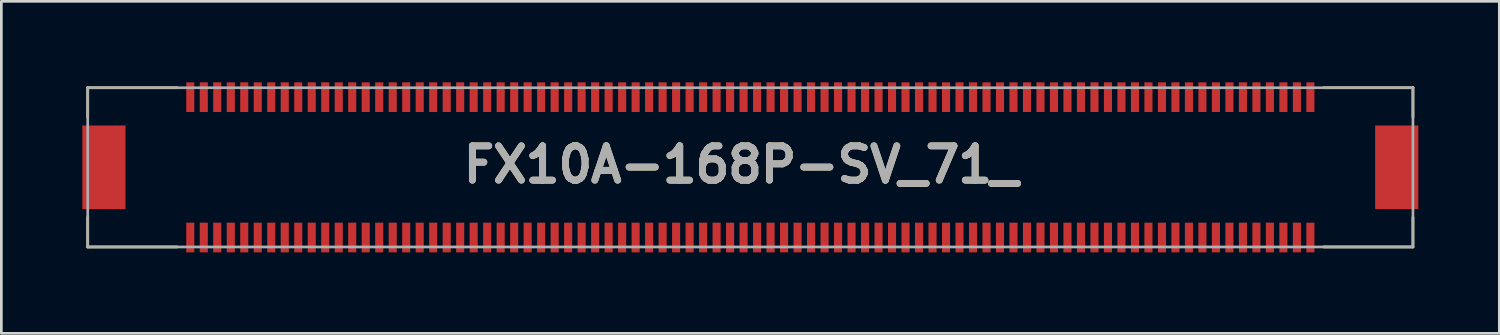
<source format=kicad_pcb>
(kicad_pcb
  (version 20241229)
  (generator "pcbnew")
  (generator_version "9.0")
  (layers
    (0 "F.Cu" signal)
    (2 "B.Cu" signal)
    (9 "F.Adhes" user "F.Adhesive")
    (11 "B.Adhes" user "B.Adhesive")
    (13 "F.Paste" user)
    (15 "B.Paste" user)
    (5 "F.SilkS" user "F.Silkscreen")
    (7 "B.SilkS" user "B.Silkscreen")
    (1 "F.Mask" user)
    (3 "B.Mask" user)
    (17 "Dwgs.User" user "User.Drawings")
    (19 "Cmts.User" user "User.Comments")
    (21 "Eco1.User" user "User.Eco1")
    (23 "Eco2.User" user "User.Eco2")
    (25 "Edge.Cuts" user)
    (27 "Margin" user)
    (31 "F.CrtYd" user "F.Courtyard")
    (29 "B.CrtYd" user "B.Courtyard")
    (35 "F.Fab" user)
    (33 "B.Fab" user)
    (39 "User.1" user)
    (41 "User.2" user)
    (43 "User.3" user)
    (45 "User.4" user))
  (footprint "FX10A-168P-SV_71_"
    (layer "F.Cu")
    (at 24.75 3.15)
    (property "Reference" "FX10A-168P-SV_71_" (at -0.349 -0.1 0) (layer "F.SilkS") (effects (font (size 1.27 1.27) (thickness 0.254))))
    (attr through_hole)
    (fp_line (start -24.55 -2.95) (end -24.55 -1.848) (stroke (width 0.1) (type solid)) (layer "F.SilkS"))
    (fp_line (start -24.55 -2.95) (end -21.243 -2.95) (stroke (width 0.1) (type solid)) (layer "F.SilkS"))
    (fp_line (start -24.55 2.95) (end -24.55 1.848) (stroke (width 0.1) (type solid)) (layer "F.SilkS"))
    (fp_line (start -24.55 2.95) (end -21.243 2.95) (stroke (width 0.1) (type solid)) (layer "F.SilkS"))
    (fp_line (start 24.55 -2.95) (end 21.243 -2.95) (stroke (width 0.1) (type solid)) (layer "F.SilkS"))
    (fp_line (start 24.55 -2.95) (end 24.55 -1.848) (stroke (width 0.1) (type solid)) (layer "F.SilkS"))
    (fp_line (start 24.55 2.95) (end 21.243 2.95) (stroke (width 0.1) (type solid)) (layer "F.SilkS"))
    (fp_line (start 24.55 2.95) (end 24.55 1.848) (stroke (width 0.1) (type solid)) (layer "F.SilkS"))
    (fp_line (start -24.55 -2.95) (end 24.55 -2.95) (stroke (width 0.1) (type solid)) (layer "F.Fab"))
    (fp_line (start -24.55 2.95) (end -24.55 -2.95) (stroke (width 0.1) (type solid)) (layer "F.Fab"))
    (fp_line (start 24.55 -2.95) (end 24.55 2.95) (stroke (width 0.1) (type solid)) (layer "F.Fab"))
    (fp_line (start 24.55 2.95) (end -24.55 2.95) (stroke (width 0.1) (type solid)) (layer "F.Fab"))
    (fp_text user "${REFERENCE}" (at -0.349 -0.1 0) (layer "F.Fab") (effects (font (size 1.27 1.27) (thickness 0.254))))
    (pad "" np_thru_hole circle (at -22.2 0) (size 0.001 0.001) (drill 1.15) (layers "*.Cu" "*.Mask"))
    (pad "" np_thru_hole circle (at 22.2 0) (size 0.001 0.001) (drill 1.25) (layers "*.Cu" "*.Mask"))
    (pad "1" smd rect (at -20.75 2.6) (size 0.3 1.1) (layers "F.Cu" "F.Mask" "F.Paste"))
    (pad "2" smd rect (at -20.75 -2.6) (size 0.3 1.1) (layers "F.Cu" "F.Mask" "F.Paste"))
    (pad "3" smd rect (at -20.25 2.6) (size 0.3 1.1) (layers "F.Cu" "F.Mask" "F.Paste"))
    (pad "4" smd rect (at -20.25 -2.6) (size 0.3 1.1) (layers "F.Cu" "F.Mask" "F.Paste"))
    (pad "5" smd rect (at -19.75 2.6) (size 0.3 1.1) (layers "F.Cu" "F.Mask" "F.Paste"))
    (pad "6" smd rect (at -19.75 -2.6) (size 0.3 1.1) (layers "F.Cu" "F.Mask" "F.Paste"))
    (pad "7" smd rect (at -19.25 2.6) (size 0.3 1.1) (layers "F.Cu" "F.Mask" "F.Paste"))
    (pad "8" smd rect (at -19.25 -2.6) (size 0.3 1.1) (layers "F.Cu" "F.Mask" "F.Paste"))
    (pad "9" smd rect (at -18.75 2.6) (size 0.3 1.1) (layers "F.Cu" "F.Mask" "F.Paste"))
    (pad "10" smd rect (at -18.75 -2.6) (size 0.3 1.1) (layers "F.Cu" "F.Mask" "F.Paste"))
    (pad "11" smd rect (at -18.25 2.6) (size 0.3 1.1) (layers "F.Cu" "F.Mask" "F.Paste"))
    (pad "12" smd rect (at -18.25 -2.6) (size 0.3 1.1) (layers "F.Cu" "F.Mask" "F.Paste"))
    (pad "13" smd rect (at -17.75 2.6) (size 0.3 1.1) (layers "F.Cu" "F.Mask" "F.Paste"))
    (pad "14" smd rect (at -17.75 -2.6) (size 0.3 1.1) (layers "F.Cu" "F.Mask" "F.Paste"))
    (pad "15" smd rect (at -17.25 2.6) (size 0.3 1.1) (layers "F.Cu" "F.Mask" "F.Paste"))
    (pad "16" smd rect (at -17.25 -2.6) (size 0.3 1.1) (layers "F.Cu" "F.Mask" "F.Paste"))
    (pad "17" smd rect (at -16.75 2.6) (size 0.3 1.1) (layers "F.Cu" "F.Mask" "F.Paste"))
    (pad "18" smd rect (at -16.75 -2.6) (size 0.3 1.1) (layers "F.Cu" "F.Mask" "F.Paste"))
    (pad "19" smd rect (at -16.25 2.6) (size 0.3 1.1) (layers "F.Cu" "F.Mask" "F.Paste"))
    (pad "20" smd rect (at -16.25 -2.6) (size 0.3 1.1) (layers "F.Cu" "F.Mask" "F.Paste"))
    (pad "21" smd rect (at -15.75 2.6) (size 0.3 1.1) (layers "F.Cu" "F.Mask" "F.Paste"))
    (pad "22" smd rect (at -15.75 -2.6) (size 0.3 1.1) (layers "F.Cu" "F.Mask" "F.Paste"))
    (pad "23" smd rect (at -15.25 2.6) (size 0.3 1.1) (layers "F.Cu" "F.Mask" "F.Paste"))
    (pad "24" smd rect (at -15.25 -2.6) (size 0.3 1.1) (layers "F.Cu" "F.Mask" "F.Paste"))
    (pad "25" smd rect (at -14.75 2.6) (size 0.3 1.1) (layers "F.Cu" "F.Mask" "F.Paste"))
    (pad "26" smd rect (at -14.75 -2.6) (size 0.3 1.1) (layers "F.Cu" "F.Mask" "F.Paste"))
    (pad "27" smd rect (at -14.25 2.6) (size 0.3 1.1) (layers "F.Cu" "F.Mask" "F.Paste"))
    (pad "28" smd rect (at -14.25 -2.6) (size 0.3 1.1) (layers "F.Cu" "F.Mask" "F.Paste"))
    (pad "29" smd rect (at -13.75 2.6) (size 0.3 1.1) (layers "F.Cu" "F.Mask" "F.Paste"))
    (pad "30" smd rect (at -13.75 -2.6) (size 0.3 1.1) (layers "F.Cu" "F.Mask" "F.Paste"))
    (pad "31" smd rect (at -13.25 2.6) (size 0.3 1.1) (layers "F.Cu" "F.Mask" "F.Paste"))
    (pad "32" smd rect (at -13.25 -2.6) (size 0.3 1.1) (layers "F.Cu" "F.Mask" "F.Paste"))
    (pad "33" smd rect (at -12.75 2.6) (size 0.3 1.1) (layers "F.Cu" "F.Mask" "F.Paste"))
    (pad "34" smd rect (at -12.75 -2.6) (size 0.3 1.1) (layers "F.Cu" "F.Mask" "F.Paste"))
    (pad "35" smd rect (at -12.25 2.6) (size 0.3 1.1) (layers "F.Cu" "F.Mask" "F.Paste"))
    (pad "36" smd rect (at -12.25 -2.6) (size 0.3 1.1) (layers "F.Cu" "F.Mask" "F.Paste"))
    (pad "37" smd rect (at -11.75 2.6) (size 0.3 1.1) (layers "F.Cu" "F.Mask" "F.Paste"))
    (pad "38" smd rect (at -11.75 -2.6) (size 0.3 1.1) (layers "F.Cu" "F.Mask" "F.Paste"))
    (pad "39" smd rect (at -11.25 2.6) (size 0.3 1.1) (layers "F.Cu" "F.Mask" "F.Paste"))
    (pad "40" smd rect (at -11.25 -2.6) (size 0.3 1.1) (layers "F.Cu" "F.Mask" "F.Paste"))
    (pad "41" smd rect (at -10.75 2.6) (size 0.3 1.1) (layers "F.Cu" "F.Mask" "F.Paste"))
    (pad "42" smd rect (at -10.75 -2.6) (size 0.3 1.1) (layers "F.Cu" "F.Mask" "F.Paste"))
    (pad "43" smd rect (at -10.25 2.6) (size 0.3 1.1) (layers "F.Cu" "F.Mask" "F.Paste"))
    (pad "44" smd rect (at -10.25 -2.6) (size 0.3 1.1) (layers "F.Cu" "F.Mask" "F.Paste"))
    (pad "45" smd rect (at -9.75 2.6) (size 0.3 1.1) (layers "F.Cu" "F.Mask" "F.Paste"))
    (pad "46" smd rect (at -9.75 -2.6) (size 0.3 1.1) (layers "F.Cu" "F.Mask" "F.Paste"))
    (pad "47" smd rect (at -9.25 2.6) (size 0.3 1.1) (layers "F.Cu" "F.Mask" "F.Paste"))
    (pad "48" smd rect (at -9.25 -2.6) (size 0.3 1.1) (layers "F.Cu" "F.Mask" "F.Paste"))
    (pad "49" smd rect (at -8.75 2.6) (size 0.3 1.1) (layers "F.Cu" "F.Mask" "F.Paste"))
    (pad "50" smd rect (at -8.75 -2.6) (size 0.3 1.1) (layers "F.Cu" "F.Mask" "F.Paste"))
    (pad "51" smd rect (at -8.25 2.6) (size 0.3 1.1) (layers "F.Cu" "F.Mask" "F.Paste"))
    (pad "52" smd rect (at -8.25 -2.6) (size 0.3 1.1) (layers "F.Cu" "F.Mask" "F.Paste"))
    (pad "53" smd rect (at -7.75 2.6) (size 0.3 1.1) (layers "F.Cu" "F.Mask" "F.Paste"))
    (pad "54" smd rect (at -7.75 -2.6) (size 0.3 1.1) (layers "F.Cu" "F.Mask" "F.Paste"))
    (pad "55" smd rect (at -7.25 2.6) (size 0.3 1.1) (layers "F.Cu" "F.Mask" "F.Paste"))
    (pad "56" smd rect (at -7.25 -2.6) (size 0.3 1.1) (layers "F.Cu" "F.Mask" "F.Paste"))
    (pad "57" smd rect (at -6.75 2.6) (size 0.3 1.1) (layers "F.Cu" "F.Mask" "F.Paste"))
    (pad "58" smd rect (at -6.75 -2.6) (size 0.3 1.1) (layers "F.Cu" "F.Mask" "F.Paste"))
    (pad "59" smd rect (at -6.25 2.6) (size 0.3 1.1) (layers "F.Cu" "F.Mask" "F.Paste"))
    (pad "60" smd rect (at -6.25 -2.6) (size 0.3 1.1) (layers "F.Cu" "F.Mask" "F.Paste"))
    (pad "61" smd rect (at -5.75 2.6) (size 0.3 1.1) (layers "F.Cu" "F.Mask" "F.Paste"))
    (pad "62" smd rect (at -5.75 -2.6) (size 0.3 1.1) (layers "F.Cu" "F.Mask" "F.Paste"))
    (pad "63" smd rect (at -5.25 2.6) (size 0.3 1.1) (layers "F.Cu" "F.Mask" "F.Paste"))
    (pad "64" smd rect (at -5.25 -2.6) (size 0.3 1.1) (layers "F.Cu" "F.Mask" "F.Paste"))
    (pad "65" smd rect (at -4.75 2.6) (size 0.3 1.1) (layers "F.Cu" "F.Mask" "F.Paste"))
    (pad "66" smd rect (at -4.75 -2.6) (size 0.3 1.1) (layers "F.Cu" "F.Mask" "F.Paste"))
    (pad "67" smd rect (at -4.25 2.6) (size 0.3 1.1) (layers "F.Cu" "F.Mask" "F.Paste"))
    (pad "68" smd rect (at -4.25 -2.6) (size 0.3 1.1) (layers "F.Cu" "F.Mask" "F.Paste"))
    (pad "69" smd rect (at -3.75 2.6) (size 0.3 1.1) (layers "F.Cu" "F.Mask" "F.Paste"))
    (pad "70" smd rect (at -3.75 -2.6) (size 0.3 1.1) (layers "F.Cu" "F.Mask" "F.Paste"))
    (pad "71" smd rect (at -3.25 2.6) (size 0.3 1.1) (layers "F.Cu" "F.Mask" "F.Paste"))
    (pad "72" smd rect (at -3.25 -2.6) (size 0.3 1.1) (layers "F.Cu" "F.Mask" "F.Paste"))
    (pad "73" smd rect (at -2.75 2.6) (size 0.3 1.1) (layers "F.Cu" "F.Mask" "F.Paste"))
    (pad "74" smd rect (at -2.75 -2.6) (size 0.3 1.1) (layers "F.Cu" "F.Mask" "F.Paste"))
    (pad "75" smd rect (at -2.25 2.6) (size 0.3 1.1) (layers "F.Cu" "F.Mask" "F.Paste"))
    (pad "76" smd rect (at -2.25 -2.6) (size 0.3 1.1) (layers "F.Cu" "F.Mask" "F.Paste"))
    (pad "77" smd rect (at -1.75 2.6) (size 0.3 1.1) (layers "F.Cu" "F.Mask" "F.Paste"))
    (pad "78" smd rect (at -1.75 -2.6) (size 0.3 1.1) (layers "F.Cu" "F.Mask" "F.Paste"))
    (pad "79" smd rect (at -1.25 2.6) (size 0.3 1.1) (layers "F.Cu" "F.Mask" "F.Paste"))
    (pad "80" smd rect (at -1.25 -2.6) (size 0.3 1.1) (layers "F.Cu" "F.Mask" "F.Paste"))
    (pad "81" smd rect (at -0.75 2.6) (size 0.3 1.1) (layers "F.Cu" "F.Mask" "F.Paste"))
    (pad "82" smd rect (at -0.75 -2.6) (size 0.3 1.1) (layers "F.Cu" "F.Mask" "F.Paste"))
    (pad "83" smd rect (at -0.25 2.6) (size 0.3 1.1) (layers "F.Cu" "F.Mask" "F.Paste"))
    (pad "84" smd rect (at -0.25 -2.6) (size 0.3 1.1) (layers "F.Cu" "F.Mask" "F.Paste"))
    (pad "85" smd rect (at 0.25 2.6) (size 0.3 1.1) (layers "F.Cu" "F.Mask" "F.Paste"))
    (pad "86" smd rect (at 0.25 -2.6) (size 0.3 1.1) (layers "F.Cu" "F.Mask" "F.Paste"))
    (pad "87" smd rect (at 0.75 2.6) (size 0.3 1.1) (layers "F.Cu" "F.Mask" "F.Paste"))
    (pad "88" smd rect (at 0.75 -2.6) (size 0.3 1.1) (layers "F.Cu" "F.Mask" "F.Paste"))
    (pad "89" smd rect (at 1.25 2.6) (size 0.3 1.1) (layers "F.Cu" "F.Mask" "F.Paste"))
    (pad "90" smd rect (at 1.25 -2.6) (size 0.3 1.1) (layers "F.Cu" "F.Mask" "F.Paste"))
    (pad "91" smd rect (at 1.75 2.6) (size 0.3 1.1) (layers "F.Cu" "F.Mask" "F.Paste"))
    (pad "92" smd rect (at 1.75 -2.6) (size 0.3 1.1) (layers "F.Cu" "F.Mask" "F.Paste"))
    (pad "93" smd rect (at 2.25 2.6) (size 0.3 1.1) (layers "F.Cu" "F.Mask" "F.Paste"))
    (pad "94" smd rect (at 2.25 -2.6) (size 0.3 1.1) (layers "F.Cu" "F.Mask" "F.Paste"))
    (pad "95" smd rect (at 2.75 2.6) (size 0.3 1.1) (layers "F.Cu" "F.Mask" "F.Paste"))
    (pad "96" smd rect (at 2.75 -2.6) (size 0.3 1.1) (layers "F.Cu" "F.Mask" "F.Paste"))
    (pad "97" smd rect (at 3.25 2.6) (size 0.3 1.1) (layers "F.Cu" "F.Mask" "F.Paste"))
    (pad "98" smd rect (at 3.25 -2.6) (size 0.3 1.1) (layers "F.Cu" "F.Mask" "F.Paste"))
    (pad "99" smd rect (at 3.75 2.6) (size 0.3 1.1) (layers "F.Cu" "F.Mask" "F.Paste"))
    (pad "100" smd rect (at 3.75 -2.6) (size 0.3 1.1) (layers "F.Cu" "F.Mask" "F.Paste"))
    (pad "101" smd rect (at 4.25 2.6) (size 0.3 1.1) (layers "F.Cu" "F.Mask" "F.Paste"))
    (pad "102" smd rect (at 4.25 -2.6) (size 0.3 1.1) (layers "F.Cu" "F.Mask" "F.Paste"))
    (pad "103" smd rect (at 4.75 2.6) (size 0.3 1.1) (layers "F.Cu" "F.Mask" "F.Paste"))
    (pad "104" smd rect (at 4.75 -2.6) (size 0.3 1.1) (layers "F.Cu" "F.Mask" "F.Paste"))
    (pad "105" smd rect (at 5.25 2.6) (size 0.3 1.1) (layers "F.Cu" "F.Mask" "F.Paste"))
    (pad "106" smd rect (at 5.25 -2.6) (size 0.3 1.1) (layers "F.Cu" "F.Mask" "F.Paste"))
    (pad "107" smd rect (at 5.75 2.6) (size 0.3 1.1) (layers "F.Cu" "F.Mask" "F.Paste"))
    (pad "108" smd rect (at 5.75 -2.6) (size 0.3 1.1) (layers "F.Cu" "F.Mask" "F.Paste"))
    (pad "109" smd rect (at 6.25 2.6) (size 0.3 1.1) (layers "F.Cu" "F.Mask" "F.Paste"))
    (pad "110" smd rect (at 6.25 -2.6) (size 0.3 1.1) (layers "F.Cu" "F.Mask" "F.Paste"))
    (pad "111" smd rect (at 6.75 2.6) (size 0.3 1.1) (layers "F.Cu" "F.Mask" "F.Paste"))
    (pad "112" smd rect (at 6.75 -2.6) (size 0.3 1.1) (layers "F.Cu" "F.Mask" "F.Paste"))
    (pad "113" smd rect (at 7.25 2.6) (size 0.3 1.1) (layers "F.Cu" "F.Mask" "F.Paste"))
    (pad "114" smd rect (at 7.25 -2.6) (size 0.3 1.1) (layers "F.Cu" "F.Mask" "F.Paste"))
    (pad "115" smd rect (at 7.75 2.6) (size 0.3 1.1) (layers "F.Cu" "F.Mask" "F.Paste"))
    (pad "116" smd rect (at 7.75 -2.6) (size 0.3 1.1) (layers "F.Cu" "F.Mask" "F.Paste"))
    (pad "117" smd rect (at 8.25 2.6) (size 0.3 1.1) (layers "F.Cu" "F.Mask" "F.Paste"))
    (pad "118" smd rect (at 8.25 -2.6) (size 0.3 1.1) (layers "F.Cu" "F.Mask" "F.Paste"))
    (pad "119" smd rect (at 8.75 2.6) (size 0.3 1.1) (layers "F.Cu" "F.Mask" "F.Paste"))
    (pad "120" smd rect (at 8.75 -2.6) (size 0.3 1.1) (layers "F.Cu" "F.Mask" "F.Paste"))
    (pad "121" smd rect (at 9.25 2.6) (size 0.3 1.1) (layers "F.Cu" "F.Mask" "F.Paste"))
    (pad "122" smd rect (at 9.25 -2.6) (size 0.3 1.1) (layers "F.Cu" "F.Mask" "F.Paste"))
    (pad "123" smd rect (at 9.75 2.6) (size 0.3 1.1) (layers "F.Cu" "F.Mask" "F.Paste"))
    (pad "124" smd rect (at 9.75 -2.6) (size 0.3 1.1) (layers "F.Cu" "F.Mask" "F.Paste"))
    (pad "125" smd rect (at 10.25 2.6) (size 0.3 1.1) (layers "F.Cu" "F.Mask" "F.Paste"))
    (pad "126" smd rect (at 10.25 -2.6) (size 0.3 1.1) (layers "F.Cu" "F.Mask" "F.Paste"))
    (pad "127" smd rect (at 10.75 2.6) (size 0.3 1.1) (layers "F.Cu" "F.Mask" "F.Paste"))
    (pad "128" smd rect (at 10.75 -2.6) (size 0.3 1.1) (layers "F.Cu" "F.Mask" "F.Paste"))
    (pad "129" smd rect (at 11.25 2.6) (size 0.3 1.1) (layers "F.Cu" "F.Mask" "F.Paste"))
    (pad "130" smd rect (at 11.25 -2.6) (size 0.3 1.1) (layers "F.Cu" "F.Mask" "F.Paste"))
    (pad "131" smd rect (at 11.75 2.6) (size 0.3 1.1) (layers "F.Cu" "F.Mask" "F.Paste"))
    (pad "132" smd rect (at 11.75 -2.6) (size 0.3 1.1) (layers "F.Cu" "F.Mask" "F.Paste"))
    (pad "133" smd rect (at 12.25 2.6) (size 0.3 1.1) (layers "F.Cu" "F.Mask" "F.Paste"))
    (pad "134" smd rect (at 12.25 -2.6) (size 0.3 1.1) (layers "F.Cu" "F.Mask" "F.Paste"))
    (pad "135" smd rect (at 12.75 2.6) (size 0.3 1.1) (layers "F.Cu" "F.Mask" "F.Paste"))
    (pad "136" smd rect (at 12.75 -2.6) (size 0.3 1.1) (layers "F.Cu" "F.Mask" "F.Paste"))
    (pad "137" smd rect (at 13.25 2.6) (size 0.3 1.1) (layers "F.Cu" "F.Mask" "F.Paste"))
    (pad "138" smd rect (at 13.25 -2.6) (size 0.3 1.1) (layers "F.Cu" "F.Mask" "F.Paste"))
    (pad "139" smd rect (at 13.75 2.6) (size 0.3 1.1) (layers "F.Cu" "F.Mask" "F.Paste"))
    (pad "140" smd rect (at 13.75 -2.6) (size 0.3 1.1) (layers "F.Cu" "F.Mask" "F.Paste"))
    (pad "141" smd rect (at 14.25 2.6) (size 0.3 1.1) (layers "F.Cu" "F.Mask" "F.Paste"))
    (pad "142" smd rect (at 14.25 -2.6) (size 0.3 1.1) (layers "F.Cu" "F.Mask" "F.Paste"))
    (pad "143" smd rect (at 14.75 2.6) (size 0.3 1.1) (layers "F.Cu" "F.Mask" "F.Paste"))
    (pad "144" smd rect (at 14.75 -2.6) (size 0.3 1.1) (layers "F.Cu" "F.Mask" "F.Paste"))
    (pad "145" smd rect (at 15.25 2.6) (size 0.3 1.1) (layers "F.Cu" "F.Mask" "F.Paste"))
    (pad "146" smd rect (at 15.25 -2.6) (size 0.3 1.1) (layers "F.Cu" "F.Mask" "F.Paste"))
    (pad "147" smd rect (at 15.75 2.6) (size 0.3 1.1) (layers "F.Cu" "F.Mask" "F.Paste"))
    (pad "148" smd rect (at 15.75 -2.6) (size 0.3 1.1) (layers "F.Cu" "F.Mask" "F.Paste"))
    (pad "149" smd rect (at 16.25 2.6) (size 0.3 1.1) (layers "F.Cu" "F.Mask" "F.Paste"))
    (pad "150" smd rect (at 16.25 -2.6) (size 0.3 1.1) (layers "F.Cu" "F.Mask" "F.Paste"))
    (pad "151" smd rect (at 16.75 2.6) (size 0.3 1.1) (layers "F.Cu" "F.Mask" "F.Paste"))
    (pad "152" smd rect (at 16.75 -2.6) (size 0.3 1.1) (layers "F.Cu" "F.Mask" "F.Paste"))
    (pad "153" smd rect (at 17.25 2.6) (size 0.3 1.1) (layers "F.Cu" "F.Mask" "F.Paste"))
    (pad "154" smd rect (at 17.25 -2.6) (size 0.3 1.1) (layers "F.Cu" "F.Mask" "F.Paste"))
    (pad "155" smd rect (at 17.75 2.6) (size 0.3 1.1) (layers "F.Cu" "F.Mask" "F.Paste"))
    (pad "156" smd rect (at 17.75 -2.6) (size 0.3 1.1) (layers "F.Cu" "F.Mask" "F.Paste"))
    (pad "157" smd rect (at 18.25 2.6) (size 0.3 1.1) (layers "F.Cu" "F.Mask" "F.Paste"))
    (pad "158" smd rect (at 18.25 -2.6) (size 0.3 1.1) (layers "F.Cu" "F.Mask" "F.Paste"))
    (pad "159" smd rect (at 18.75 2.6) (size 0.3 1.1) (layers "F.Cu" "F.Mask" "F.Paste"))
    (pad "160" smd rect (at 18.75 -2.6) (size 0.3 1.1) (layers "F.Cu" "F.Mask" "F.Paste"))
    (pad "161" smd rect (at 19.25 2.6) (size 0.3 1.1) (layers "F.Cu" "F.Mask" "F.Paste"))
    (pad "162" smd rect (at 19.25 -2.6) (size 0.3 1.1) (layers "F.Cu" "F.Mask" "F.Paste"))
    (pad "163" smd rect (at 19.75 2.6) (size 0.3 1.1) (layers "F.Cu" "F.Mask" "F.Paste"))
    (pad "164" smd rect (at 19.75 -2.6) (size 0.3 1.1) (layers "F.Cu" "F.Mask" "F.Paste"))
    (pad "165" smd rect (at 20.25 2.6) (size 0.3 1.1) (layers "F.Cu" "F.Mask" "F.Paste"))
    (pad "166" smd rect (at 20.25 -2.6) (size 0.3 1.1) (layers "F.Cu" "F.Mask" "F.Paste"))
    (pad "167" smd rect (at 20.75 2.6) (size 0.3 1.1) (layers "F.Cu" "F.Mask" "F.Paste"))
    (pad "168" smd rect (at 20.75 -2.6) (size 0.3 1.1) (layers "F.Cu" "F.Mask" "F.Paste"))
    (pad "MP1" smd rect (at -23.95 0) (size 1.6 3.1) (layers "F.Cu" "F.Mask" "F.Paste"))
    (pad "MP2" smd rect (at 23.95 0) (size 1.6 3.1) (layers "F.Cu" "F.Mask" "F.Paste")))
  (gr_rect
    (start -3 -3)
    (end 52.5 9.3)
    (stroke (width 0.1) (type default))
    (fill no)
    (layer "Edge.Cuts")))
</source>
